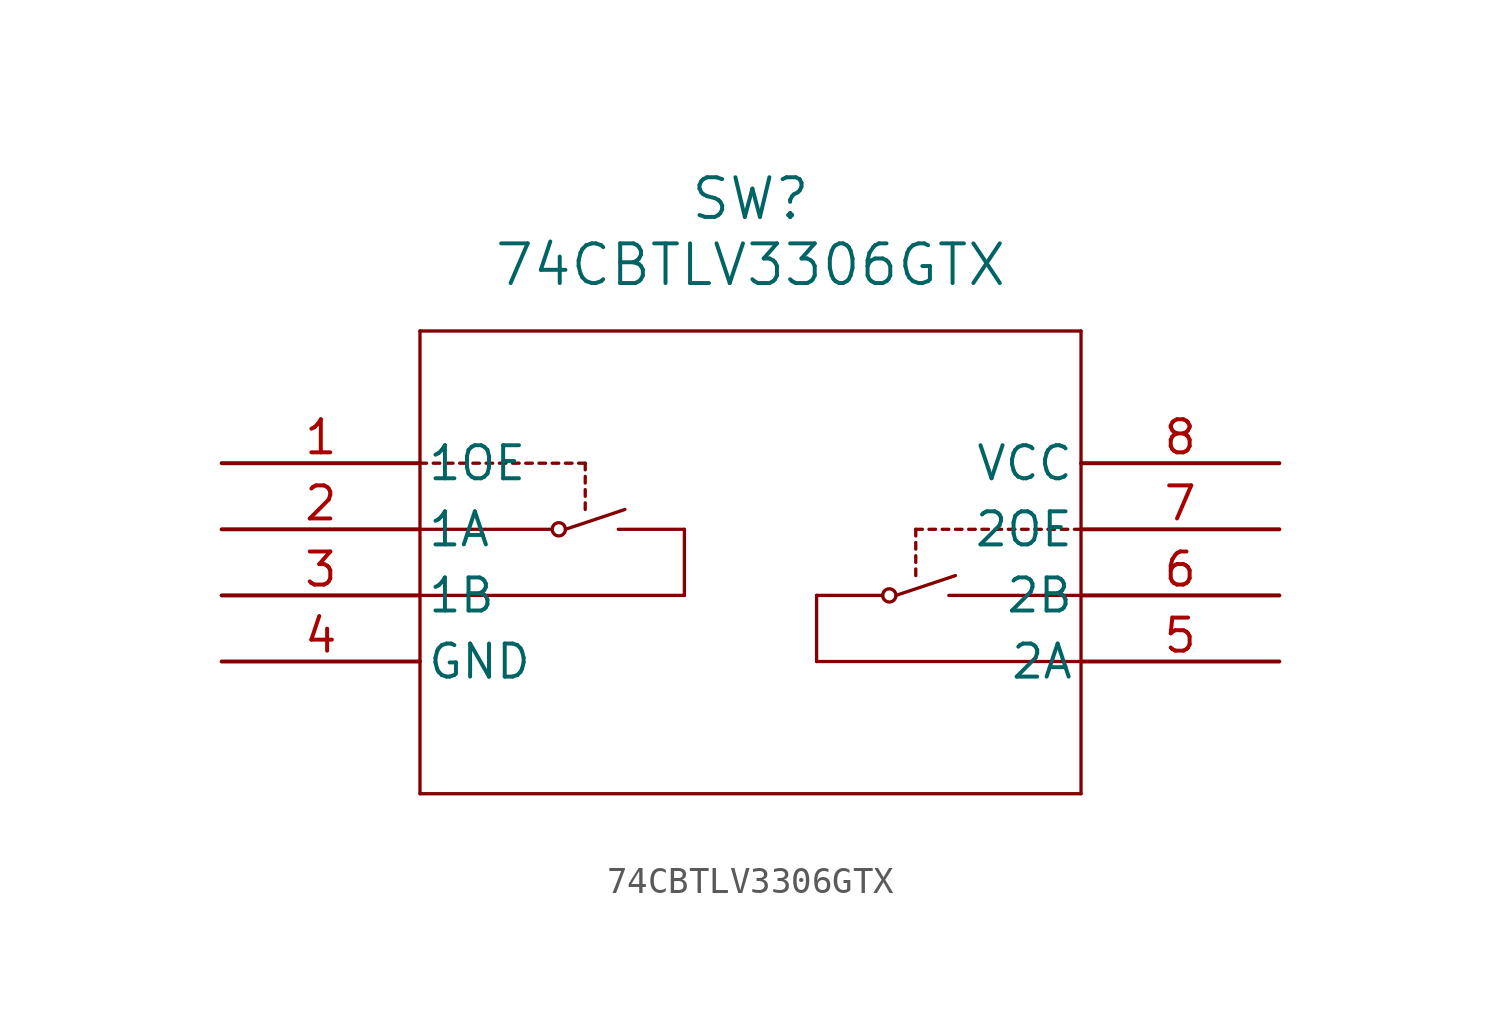
<source format=kicad_sym>
(kicad_symbol_lib
  (version 20211014)
  (generator kicad_symbol_editor)
  (symbol "74CBTLV3306GTX"
    (pin_names
      (offset 0.254))
    (property "Reference" "SW"
      (at 20.32 10.16 0)
      (effects (font (size 1.524 1.524))))
    (property "Value" "74CBTLV3306GTX"
      (at 20.32 7.62 0)
      (effects (font (size 1.524 1.524))))
    (symbol "74CBTLV3306GTX_0_1"
      (polyline (pts (xy 7.62 5.08) (xy 7.62 -12.7)) (stroke (width 0.127) (type default) (color 0 0 0 0)) (fill (type none)))
      (polyline (pts (xy 7.62 -12.7) (xy 33.02 -12.7)) (stroke (width 0.127) (type default) (color 0 0 0 0)) (fill (type none)))
      (polyline (pts (xy 33.02 -12.7) (xy 33.02 5.08)) (stroke (width 0.127) (type default) (color 0 0 0 0)) (fill (type none)))
      (polyline (pts (xy 33.02 5.08) (xy 7.62 5.08)) (stroke (width 0.127) (type default) (color 0 0 0 0)) (fill (type none)))
      (polyline (pts (xy 7.62 -5.08) (xy 17.78 -5.08)) (stroke (width 0.127) (type default) (color 0 0 0 0)) (fill (type none)))
      (polyline (pts (xy 17.78 -5.08) (xy 17.78 -2.54)) (stroke (width 0.127) (type default) (color 0 0 0 0)) (fill (type none)))
      (polyline (pts (xy 17.78 -2.54) (xy 15.24 -2.54)) (stroke (width 0.127) (type default) (color 0 0 0 0)) (fill (type none)))
      (polyline (pts (xy 7.62 -2.54) (xy 12.7 -2.54)) (stroke (width 0.127) (type default) (color 0 0 0 0)) (fill (type none)))
      (polyline (pts (xy 8.636 0) (xy 8.89 0)) (stroke (width 0.127) (type default) (color 0 0 0 0)) (fill (type none)))
      (polyline (pts (xy 13.97 0) (xy 13.97 -0.254)) (stroke (width 0.127) (type default) (color 0 0 0 0)) (fill (type none)))
      (polyline (pts (xy 13.97 -0.508) (xy 13.97 -0.762)) (stroke (width 0.127) (type default) (color 0 0 0 0)) (fill (type none)))
      (polyline (pts (xy 13.97 -1.016) (xy 13.97 -1.27)) (stroke (width 0.127) (type default) (color 0 0 0 0)) (fill (type none)))
      (polyline (pts (xy 13.97 -1.524) (xy 13.97 -1.778)) (stroke (width 0.127) (type default) (color 0 0 0 0)) (fill (type none)))
      (polyline (pts (xy 13.208 -2.54) (xy 15.494 -1.778)) (stroke (width 0.127) (type default) (color 0 0 0 0)) (fill (type none)))
      (circle (center 12.954 -2.54) (radius 0.254) (stroke (width 0.127) (type default) (color 0 0 0 0)) (fill (type none)))
      (polyline (pts (xy 7.62 0) (xy 7.874 0)) (stroke (width 0.127) (type default) (color 0 0 0 0)) (fill (type none)))
      (polyline (pts (xy 8.128 0) (xy 8.382 0)) (stroke (width 0.127) (type default) (color 0 0 0 0)) (fill (type none)))
      (polyline (pts (xy 9.144 0) (xy 9.398 0)) (stroke (width 0.127) (type default) (color 0 0 0 0)) (fill (type none)))
      (polyline (pts (xy 9.652 0) (xy 9.906 0)) (stroke (width 0.127) (type default) (color 0 0 0 0)) (fill (type none)))
      (polyline (pts (xy 10.16 0) (xy 10.414 0)) (stroke (width 0.127) (type default) (color 0 0 0 0)) (fill (type none)))
      (polyline (pts (xy 10.668 0) (xy 10.922 0)) (stroke (width 0.127) (type default) (color 0 0 0 0)) (fill (type none)))
      (polyline (pts (xy 11.176 0) (xy 11.43 0)) (stroke (width 0.127) (type default) (color 0 0 0 0)) (fill (type none)))
      (polyline (pts (xy 11.684 0) (xy 11.938 0)) (stroke (width 0.127) (type default) (color 0 0 0 0)) (fill (type none)))
      (polyline (pts (xy 12.192 0) (xy 12.446 0)) (stroke (width 0.127) (type default) (color 0 0 0 0)) (fill (type none)))
      (polyline (pts (xy 12.7 0) (xy 12.954 0)) (stroke (width 0.127) (type default) (color 0 0 0 0)) (fill (type none)))
      (polyline (pts (xy 13.208 0) (xy 13.462 0)) (stroke (width 0.127) (type default) (color 0 0 0 0)) (fill (type none)))
      (polyline (pts (xy 13.716 0) (xy 13.97 0)) (stroke (width 0.127) (type default) (color 0 0 0 0)) (fill (type none)))
      (polyline (pts (xy 33.02 -7.62) (xy 22.86 -7.62)) (stroke (width 0.127) (type default) (color 0 0 0 0)) (fill (type none)))
      (polyline (pts (xy 22.86 -7.62) (xy 22.86 -5.08)) (stroke (width 0.127) (type default) (color 0 0 0 0)) (fill (type none)))
      (polyline (pts (xy 22.86 -5.08) (xy 25.4 -5.08)) (stroke (width 0.127) (type default) (color 0 0 0 0)) (fill (type none)))
      (polyline (pts (xy 33.02 -5.08) (xy 27.94 -5.08)) (stroke (width 0.127) (type default) (color 0 0 0 0)) (fill (type none)))
      (polyline (pts (xy 32.004 -2.54) (xy 31.75 -2.54)) (stroke (width 0.127) (type default) (color 0 0 0 0)) (fill (type none)))
      (polyline (pts (xy 26.67 -2.54) (xy 26.67 -2.794)) (stroke (width 0.127) (type default) (color 0 0 0 0)) (fill (type none)))
      (polyline (pts (xy 26.67 -3.048) (xy 26.67 -3.302)) (stroke (width 0.127) (type default) (color 0 0 0 0)) (fill (type none)))
      (polyline (pts (xy 26.67 -3.556) (xy 26.67 -3.81)) (stroke (width 0.127) (type default) (color 0 0 0 0)) (fill (type none)))
      (polyline (pts (xy 26.67 -4.064) (xy 26.67 -4.318)) (stroke (width 0.127) (type default) (color 0 0 0 0)) (fill (type none)))
      (polyline (pts (xy 28.194 -4.318) (xy 25.908 -5.08)) (stroke (width 0.127) (type default) (color 0 0 0 0)) (fill (type none)))
      (circle (center 25.654 -5.08) (radius 0.254) (stroke (width 0.127) (type default) (color 0 0 0 0)) (fill (type none)))
      (polyline (pts (xy 33.02 -2.54) (xy 32.766 -2.54)) (stroke (width 0.127) (type default) (color 0 0 0 0)) (fill (type none)))
      (polyline (pts (xy 32.512 -2.54) (xy 32.258 -2.54)) (stroke (width 0.127) (type default) (color 0 0 0 0)) (fill (type none)))
      (polyline (pts (xy 31.496 -2.54) (xy 31.242 -2.54)) (stroke (width 0.127) (type default) (color 0 0 0 0)) (fill (type none)))
      (polyline (pts (xy 30.988 -2.54) (xy 30.734 -2.54)) (stroke (width 0.127) (type default) (color 0 0 0 0)) (fill (type none)))
      (polyline (pts (xy 30.48 -2.54) (xy 30.226 -2.54)) (stroke (width 0.127) (type default) (color 0 0 0 0)) (fill (type none)))
      (polyline (pts (xy 29.972 -2.54) (xy 29.718 -2.54)) (stroke (width 0.127) (type default) (color 0 0 0 0)) (fill (type none)))
      (polyline (pts (xy 29.464 -2.54) (xy 29.21 -2.54)) (stroke (width 0.127) (type default) (color 0 0 0 0)) (fill (type none)))
      (polyline (pts (xy 28.956 -2.54) (xy 28.702 -2.54)) (stroke (width 0.127) (type default) (color 0 0 0 0)) (fill (type none)))
      (polyline (pts (xy 28.448 -2.54) (xy 28.194 -2.54)) (stroke (width 0.127) (type default) (color 0 0 0 0)) (fill (type none)))
      (polyline (pts (xy 27.94 -2.54) (xy 27.686 -2.54)) (stroke (width 0.127) (type default) (color 0 0 0 0)) (fill (type none)))
      (polyline (pts (xy 27.432 -2.54) (xy 27.178 -2.54)) (stroke (width 0.127) (type default) (color 0 0 0 0)) (fill (type none)))
      (polyline (pts (xy 26.924 -2.54) (xy 26.67 -2.54)) (stroke (width 0.127) (type default) (color 0 0 0 0)) (fill (type none)))
      (pin input line (at 0 0 0) (length 7.62) (name "1OE" (effects (font (size 1.27 1.27)))) (number "1" (effects (font (size 1.27 1.27)))))
      (pin input line (at 0 -2.54 0) (length 7.62) (name "1A" (effects (font (size 1.27 1.27)))) (number "2" (effects (font (size 1.27 1.27)))))
      (pin output line (at 0 -5.08 0) (length 7.62) (name "1B" (effects (font (size 1.27 1.27)))) (number "3" (effects (font (size 1.27 1.27)))))
      (pin power_out line (at 0 -7.62 0) (length 7.62) (name "GND" (effects (font (size 1.27 1.27)))) (number "4" (effects (font (size 1.27 1.27)))))
      (pin input line (at 40.64 -7.62 180) (length 7.62) (name "2A" (effects (font (size 1.27 1.27)))) (number "5" (effects (font (size 1.27 1.27)))))
      (pin input line (at 40.64 -5.08 180) (length 7.62) (name "2B" (effects (font (size 1.27 1.27)))) (number "6" (effects (font (size 1.27 1.27)))))
      (pin output line (at 40.64 -2.54 180) (length 7.62) (name "2OE" (effects (font (size 1.27 1.27)))) (number "7" (effects (font (size 1.27 1.27)))))
      (pin power_in line (at 40.64 0 180) (length 7.62) (name "VCC" (effects (font (size 1.27 1.27)))) (number "8" (effects (font (size 1.27 1.27))))))))
</source>
